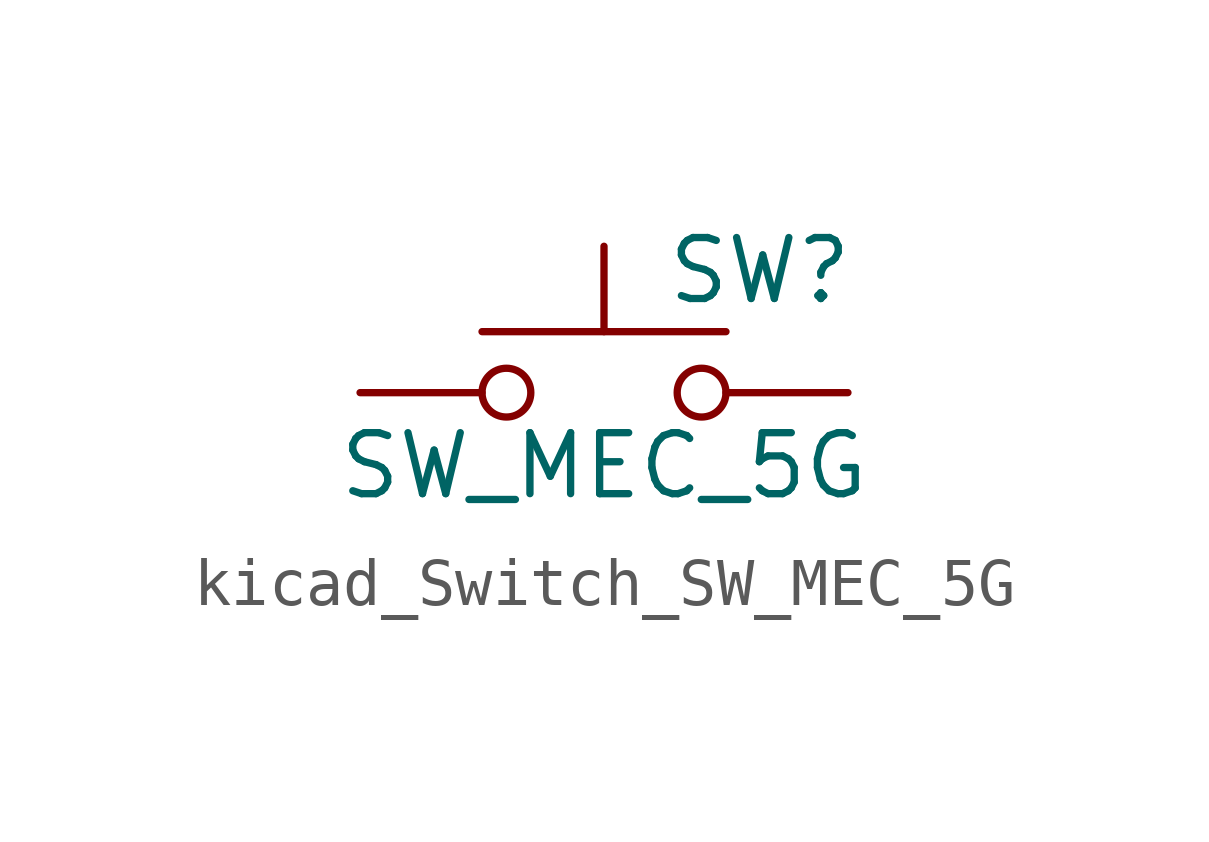
<source format=kicad_sym>
(kicad_symbol_lib
  (version 20220914)
  (generator kicad_symbol_editor)
  (symbol "kicad_Switch_SW_MEC_5G"
    (pin_numbers hide)
    (pin_names
      (offset 1.016) hide)
    (property "Reference" "SW"
      (at 1.27 2.54 0)
      (effects (font (size 1.27 1.27)) (justify left)))
    (property "Value" "SW_MEC_5G"
      (at 0 -1.524 0)
      (effects (font (size 1.27 1.27))))
    (symbol "kicad_Switch_SW_MEC_5G_0_1"
      (circle (center -2.032 0) (radius 0.508) (stroke (width 0) (type default)) (fill (type none)))
      (polyline (pts (xy 0 1.27) (xy 0 3.048)) (stroke (width 0) (type default)) (fill (type none)))
      (polyline (pts (xy 2.54 1.27) (xy -2.54 1.27)) (stroke (width 0) (type default)) (fill (type none)))
      (circle (center 2.032 0) (radius 0.508) (stroke (width 0) (type default)) (fill (type none)))
      (pin passive line (at -5.08 0 0) (length 2.54) (name "A" (effects (font (size 1.27 1.27)))) (number "1" (effects (font (size 1.27 1.27)))))
      (pin passive line (at 5.08 0 180) (length 2.54) (name "B" (effects (font (size 1.27 1.27)))) (number "3" (effects (font (size 1.27 1.27))))))
    (symbol "kicad_Switch_SW_MEC_5G_1_1"
      (pin passive line (at -5.08 0 0) (length 2.54) hide (name "A" (effects (font (size 1.27 1.27)))) (number "2" (effects (font (size 1.27 1.27)))))
      (pin passive line (at 5.08 0 180) (length 2.54) hide (name "B" (effects (font (size 1.27 1.27)))) (number "4" (effects (font (size 1.27 1.27))))))))
</source>
